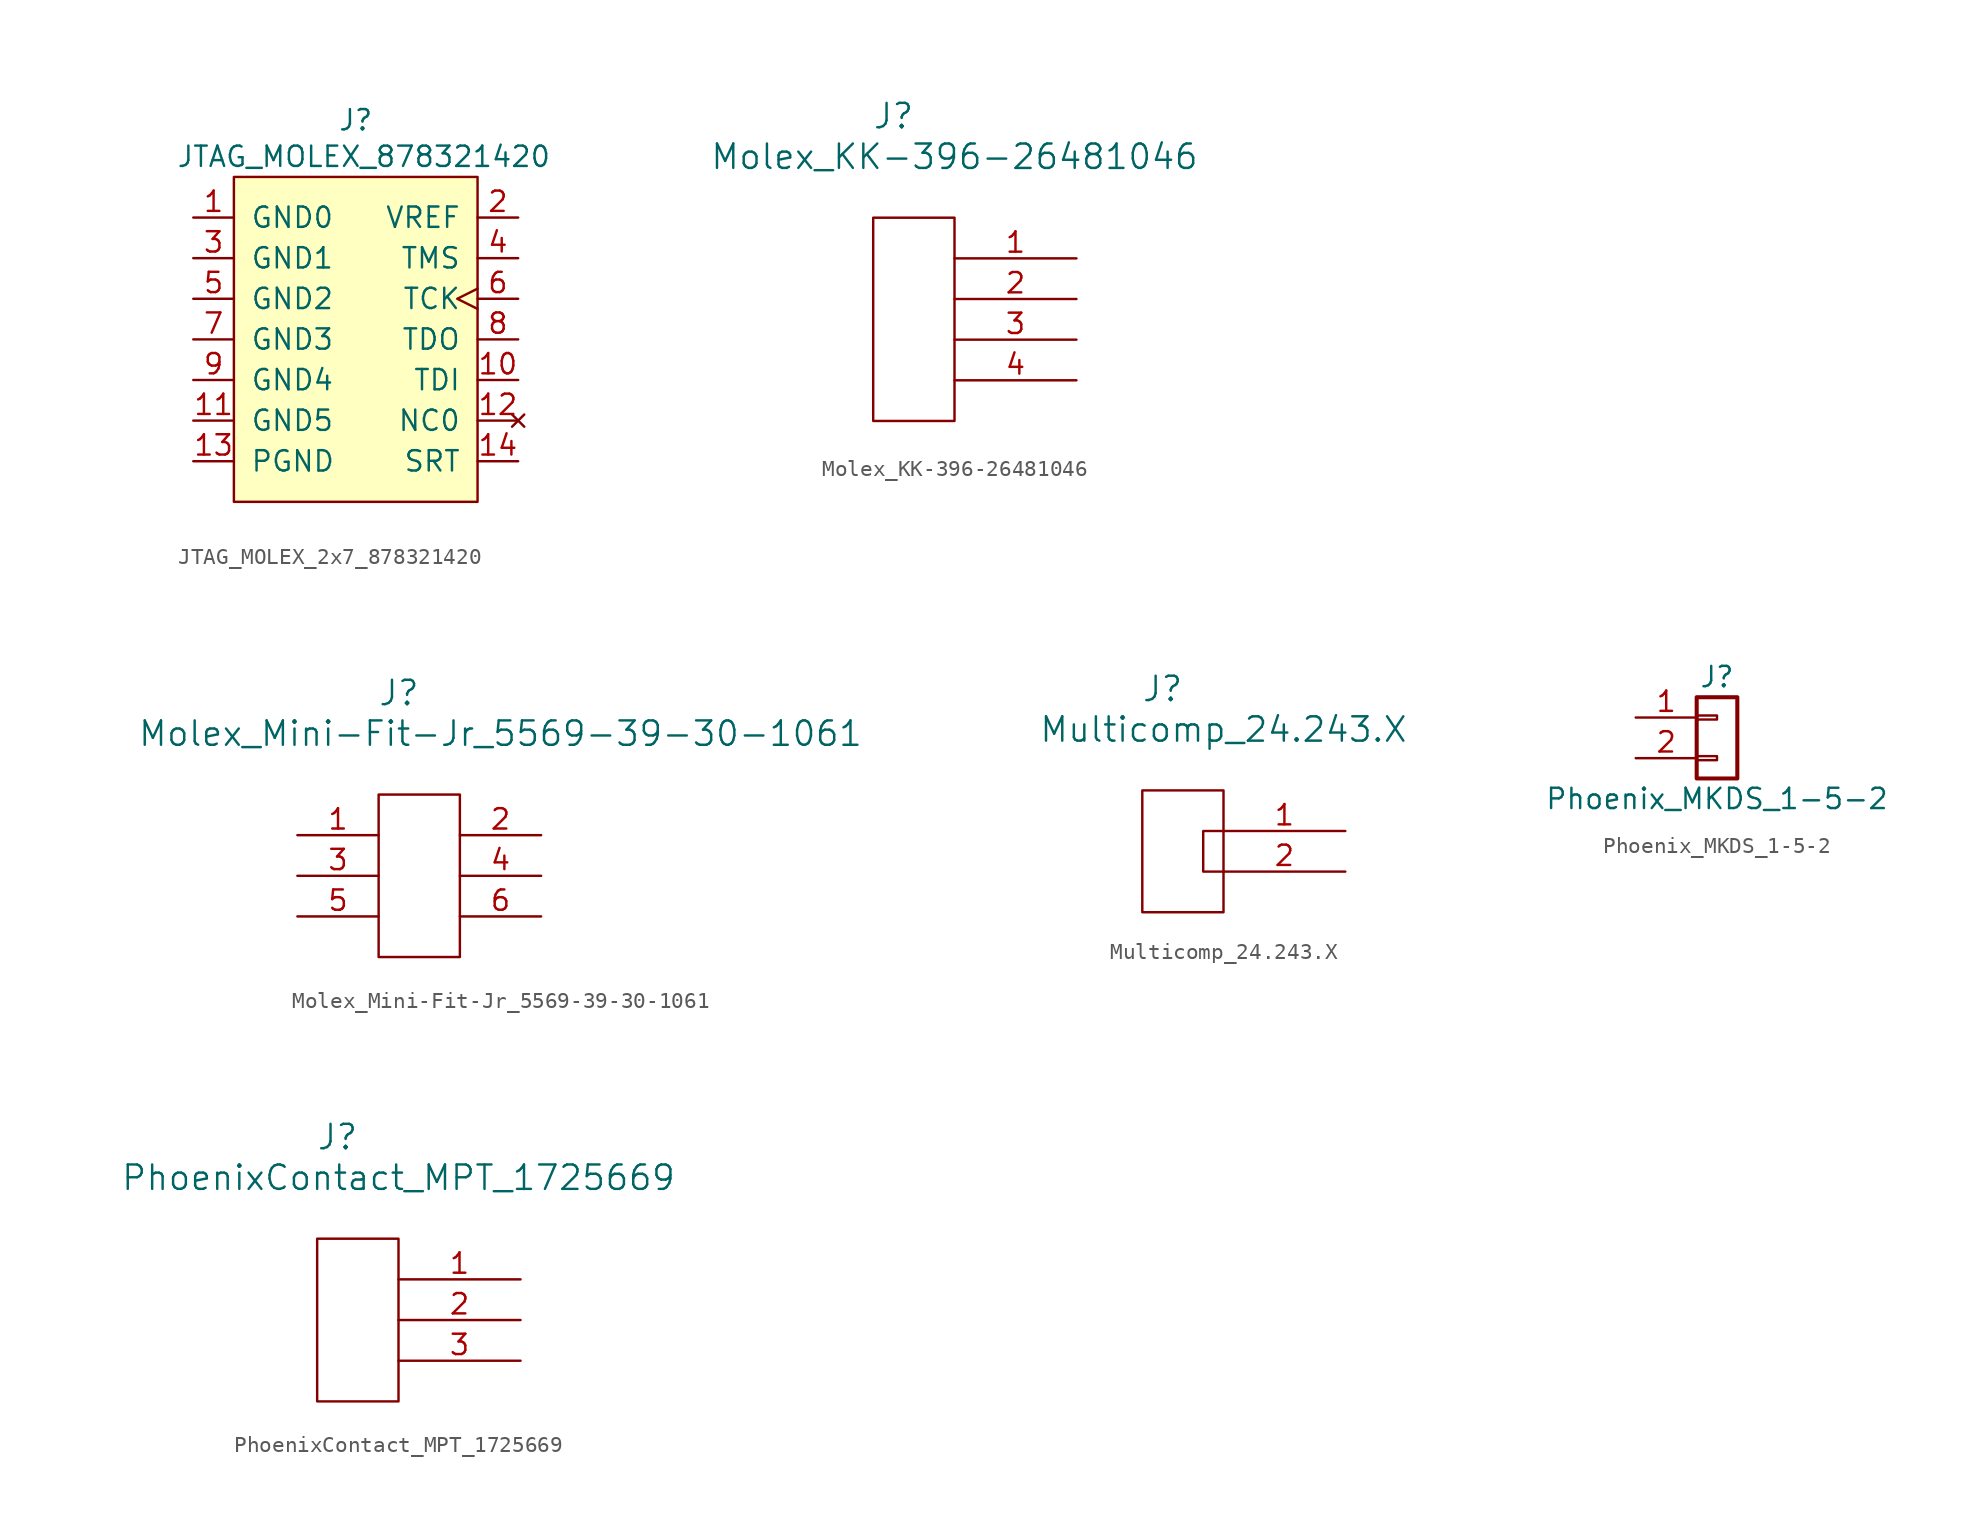
<source format=kicad_sym>
(kicad_symbol_lib
  (version 20230620)
  (generator kicad_symbol_editor)
  (symbol "JTAG_MOLEX_2x7_878321420"
    (pin_names
      (offset 1.016))
    (property "Reference" "J"
      (at 0 13.716 0)
      (effects (font (size 1.27 1.27))))
    (property "Value" "JTAG_MOLEX_878321420"
      (at 0.508 11.43 0)
      (effects (font (size 1.27 1.27))))
    (property "Datasheet" ""
      (at -15.24 7.62 0)
      (effects (font (size 1.27 1.27))))
    (symbol "JTAG_MOLEX_2x7_878321420_1_1"
      (rectangle (start -7.62 10.16) (end 7.62 -10.16) (stroke (width 0) (type default)) (fill (type background)))
      (pin power_in line (at -10.16 7.62 0) (length 2.54) (name "GND0" (effects (font (size 1.27 1.27)))) (number "1" (effects (font (size 1.27 1.27)))))
      (pin output line (at 10.16 -2.54 180) (length 2.54) (name "TDI" (effects (font (size 1.27 1.27)))) (number "10" (effects (font (size 1.27 1.27)))))
      (pin power_in line (at -10.16 -5.08 0) (length 2.54) (name "GND5" (effects (font (size 1.27 1.27)))) (number "11" (effects (font (size 1.27 1.27)))))
      (pin no_connect line (at 10.16 -5.08 180) (length 2.54) (name "NC0" (effects (font (size 1.27 1.27)))) (number "12" (effects (font (size 1.27 1.27)))))
      (pin power_in line (at -10.16 -7.62 0) (length 2.54) (name "PGND" (effects (font (size 1.27 1.27)))) (number "13" (effects (font (size 1.27 1.27)))))
      (pin input line (at 10.16 -7.62 180) (length 2.54) (name "SRT" (effects (font (size 1.27 1.27)))) (number "14" (effects (font (size 1.27 1.27)))))
      (pin power_in line (at 10.16 7.62 180) (length 2.54) (name "VREF" (effects (font (size 1.27 1.27)))) (number "2" (effects (font (size 1.27 1.27)))))
      (pin power_in line (at -10.16 5.08 0) (length 2.54) (name "GND1" (effects (font (size 1.27 1.27)))) (number "3" (effects (font (size 1.27 1.27)))))
      (pin output line (at 10.16 5.08 180) (length 2.54) (name "TMS" (effects (font (size 1.27 1.27)))) (number "4" (effects (font (size 1.27 1.27)))))
      (pin power_in line (at -10.16 2.54 0) (length 2.54) (name "GND2" (effects (font (size 1.27 1.27)))) (number "5" (effects (font (size 1.27 1.27)))))
      (pin output clock (at 10.16 2.54 180) (length 2.54) (name "TCK" (effects (font (size 1.27 1.27)))) (number "6" (effects (font (size 1.27 1.27)))))
      (pin power_in line (at -10.16 0 0) (length 2.54) (name "GND3" (effects (font (size 1.27 1.27)))) (number "7" (effects (font (size 1.27 1.27)))))
      (pin input line (at 10.16 0 180) (length 2.54) (name "TDO" (effects (font (size 1.27 1.27)))) (number "8" (effects (font (size 1.27 1.27)))))
      (pin power_in line (at -10.16 -2.54 0) (length 2.54) (name "GND4" (effects (font (size 1.27 1.27)))) (number "9" (effects (font (size 1.27 1.27)))))))
  (symbol "Molex_KK-396-26481046"
    (pin_names
      (offset 1.016) hide)
    (property "Reference" "J"
      (at -11.43 8.89 0)
      (effects (font (size 1.524 1.524))))
    (property "Value" "Molex_KK-396-26481046"
      (at -7.62 6.35 0)
      (effects (font (size 1.524 1.524))))
    (property "Datasheet" ""
      (at 0 0 0)
      (effects (font (size 1.524 1.524))))
    (symbol "Molex_KK-396-26481046_0_1"
      (rectangle (start -7.62 2.54) (end -12.7 -10.16) (stroke (width 0) (type default)) (fill (type none))))
    (symbol "Molex_KK-396-26481046_1_1"
      (pin passive line (at 0 0 180) (length 7.62) (name "1" (effects (font (size 1.27 1.27)))) (number "1" (effects (font (size 1.27 1.27)))))
      (pin passive line (at 0 -2.54 180) (length 7.62) (name "2" (effects (font (size 1.27 1.27)))) (number "2" (effects (font (size 1.27 1.27)))))
      (pin passive line (at 0 -5.08 180) (length 7.62) (name "3" (effects (font (size 1.27 1.27)))) (number "3" (effects (font (size 1.27 1.27)))))
      (pin passive line (at 0 -7.62 180) (length 7.62) (name "4" (effects (font (size 1.27 1.27)))) (number "4" (effects (font (size 1.27 1.27)))))))
  (symbol "Molex_Mini-Fit-Jr_5569-39-30-1061"
    (pin_names
      (offset 1.016) hide)
    (property "Reference" "J"
      (at 6.35 8.89 0)
      (effects (font (size 1.524 1.524))))
    (property "Value" "Molex_Mini-Fit-Jr_5569-39-30-1061"
      (at 12.7 6.35 0)
      (effects (font (size 1.524 1.524))))
    (property "Datasheet" ""
      (at 17.78 0 0)
      (effects (font (size 1.524 1.524))))
    (symbol "Molex_Mini-Fit-Jr_5569-39-30-1061_0_1"
      (rectangle (start 10.16 2.54) (end 5.08 -7.62) (stroke (width 0) (type default)) (fill (type none))))
    (symbol "Molex_Mini-Fit-Jr_5569-39-30-1061_1_1"
      (pin passive line (at 0 0 0) (length 5.08) (name "1" (effects (font (size 1.27 1.27)))) (number "1" (effects (font (size 1.27 1.27)))))
      (pin passive line (at 15.24 0 180) (length 5.08) (name "2" (effects (font (size 1.27 1.27)))) (number "2" (effects (font (size 1.27 1.27)))))
      (pin passive line (at 0 -2.54 0) (length 5.08) (name "3" (effects (font (size 1.27 1.27)))) (number "3" (effects (font (size 1.27 1.27)))))
      (pin passive line (at 15.24 -2.54 180) (length 5.08) (name "4" (effects (font (size 1.27 1.27)))) (number "4" (effects (font (size 1.27 1.27)))))
      (pin passive line (at 0 -5.08 0) (length 5.08) (name "5" (effects (font (size 1.27 1.27)))) (number "5" (effects (font (size 1.27 1.27)))))
      (pin passive line (at 15.24 -5.08 180) (length 5.08) (name "6" (effects (font (size 1.27 1.27)))) (number "6" (effects (font (size 1.27 1.27)))))))
  (symbol "Multicomp_24.243.X"
    (pin_names
      (offset 1.016) hide)
    (property "Reference" "J"
      (at -11.43 8.89 0)
      (effects (font (size 1.524 1.524))))
    (property "Value" "Multicomp_24.243.X"
      (at -7.62 6.35 0)
      (effects (font (size 1.524 1.524))))
    (property "Datasheet" ""
      (at 0 0 0)
      (effects (font (size 1.524 1.524))))
    (symbol "Multicomp_24.243.X_0_1"
      (rectangle (start -7.62 2.54) (end -12.7 -5.08) (stroke (width 0) (type default)) (fill (type none)))
      (polyline (pts (xy -7.62 0) (xy -8.89 0) (xy -8.89 -2.54) (xy -7.62 -2.54)) (stroke (width 0) (type default)) (fill (type none))))
    (symbol "Multicomp_24.243.X_1_1"
      (pin passive line (at 0 0 180) (length 7.62) (name "1" (effects (font (size 1.27 1.27)))) (number "1" (effects (font (size 1.27 1.27)))))
      (pin passive line (at 0 -2.54 180) (length 7.62) (name "2" (effects (font (size 1.27 1.27)))) (number "2" (effects (font (size 1.27 1.27)))))))
  (symbol "Phoenix_MKDS_1-5-2"
    (pin_names
      (offset 1.016) hide)
    (property "Reference" "J"
      (at 0 2.54 0)
      (effects (font (size 1.27 1.27))))
    (property "Value" "Phoenix_MKDS_1-5-2"
      (at 0 -5.08 0)
      (effects (font (size 1.27 1.27))))
    (symbol "Phoenix_MKDS_1-5-2_1_1"
      (rectangle (start -1.27 -2.413) (end 0 -2.667) (stroke (width 0.152) (type default)) (fill (type none)))
      (rectangle (start -1.27 0.127) (end 0 -0.127) (stroke (width 0.152) (type default)) (fill (type none)))
      (rectangle (start -1.27 1.27) (end 1.27 -3.81) (stroke (width 0.254) (type default)) (fill (type none)))
      (pin passive line (at -5.08 0 0) (length 3.81) (name "Pin_1" (effects (font (size 1.27 1.27)))) (number "1" (effects (font (size 1.27 1.27)))))
      (pin passive line (at -5.08 -2.54 0) (length 3.81) (name "Pin_2" (effects (font (size 1.27 1.27)))) (number "2" (effects (font (size 1.27 1.27)))))))
  (symbol "PhoenixContact_MPT_1725669"
    (pin_names
      (offset 1.016) hide)
    (property "Reference" "J"
      (at -11.43 8.89 0)
      (effects (font (size 1.524 1.524))))
    (property "Value" "PhoenixContact_MPT_1725669"
      (at -7.62 6.35 0)
      (effects (font (size 1.524 1.524))))
    (property "Datasheet" ""
      (at 0 0 0)
      (effects (font (size 1.524 1.524))))
    (symbol "PhoenixContact_MPT_1725669_0_1"
      (rectangle (start -7.62 2.54) (end -12.7 -7.62) (stroke (width 0) (type default)) (fill (type none))))
    (symbol "PhoenixContact_MPT_1725669_1_1"
      (pin passive line (at 0 0 180) (length 7.62) (name "1" (effects (font (size 1.27 1.27)))) (number "1" (effects (font (size 1.27 1.27)))))
      (pin passive line (at 0 -2.54 180) (length 7.62) (name "2" (effects (font (size 1.27 1.27)))) (number "2" (effects (font (size 1.27 1.27)))))
      (pin passive line (at 0 -5.08 180) (length 7.62) (name "3" (effects (font (size 1.27 1.27)))) (number "3" (effects (font (size 1.27 1.27))))))))
</source>
